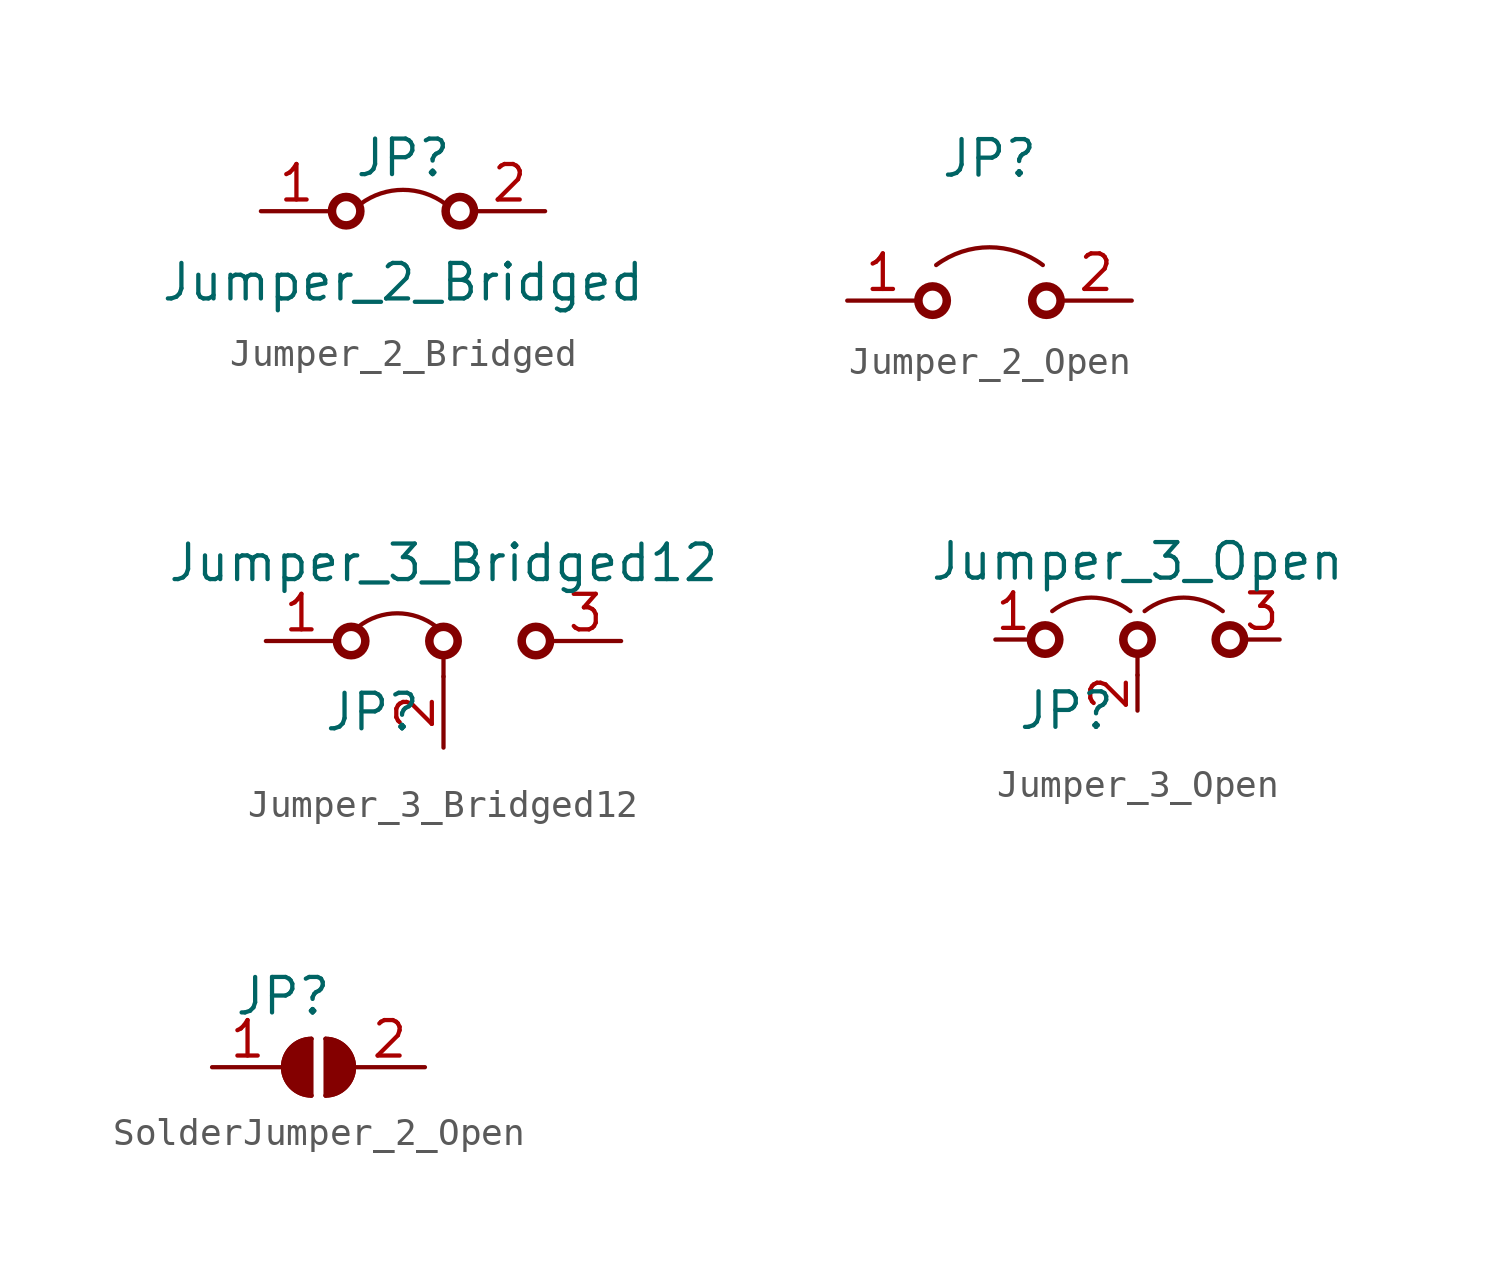
<source format=kicad_sym>
(kicad_symbol_lib
  (version 20211014)
  (generator kicad_symbol_editor)
  (symbol "Jumper_2_Bridged"
    (pin_names
      (offset 0) hide)
    (property "Reference" "JP"
      (at 0 1.905 0)
      (effects (font (size 1.27 1.27))))
    (property "Value" "Jumper_2_Bridged"
      (at 0 -2.54 0)
      (effects (font (size 1.27 1.27))))
    (symbol "Jumper_2_Bridged_0_0"
      (circle (center -2.032 0) (radius 0.508) (stroke (width 0.305) (type default) (color 0 0 0 0)) (fill (type none)))
      (circle (center 2.032 0) (radius 0.508) (stroke (width 0.305) (type default) (color 0 0 0 0)) (fill (type none))))
    (symbol "Jumper_2_Bridged_0_1"
      (arc (start 1.524 0.254) (mid 0 0.762) (end -1.524 0.254) (stroke (width 0) (type default) (color 0 0 0 0)) (fill (type none))))
    (symbol "Jumper_2_Bridged_1_1"
      (pin passive line (at -5.08 0 0) (length 2.54) (name "A" (effects (font (size 1.27 1.27)))) (number "1" (effects (font (size 1.27 1.27)))))
      (pin passive line (at 5.08 0 180) (length 2.54) (name "B" (effects (font (size 1.27 1.27)))) (number "2" (effects (font (size 1.27 1.27)))))))
  (symbol "Jumper_2_Open"
    (pin_names
      (offset 0) hide)
    (property "Reference" "JP"
      (at 0 5.08 0)
      (effects (font (size 1.27 1.27))))
    (symbol "Jumper_2_Open_0_0"
      (circle (center -2.032 0) (radius 0.508) (stroke (width 0.305) (type default) (color 0 0 0 0)) (fill (type none)))
      (circle (center 2.032 0) (radius 0.508) (stroke (width 0.305) (type default) (color 0 0 0 0)) (fill (type none))))
    (symbol "Jumper_2_Open_0_1"
      (arc (start 1.905 1.27) (mid 0 1.905) (end -1.905 1.27) (stroke (width 0) (type default) (color 0 0 0 0)) (fill (type none))))
    (symbol "Jumper_2_Open_1_1"
      (pin passive line (at -5.08 0 0) (length 2.54) (name "A" (effects (font (size 1.27 1.27)))) (number "1" (effects (font (size 1.27 1.27)))))
      (pin passive line (at 5.08 0 180) (length 2.54) (name "B" (effects (font (size 1.27 1.27)))) (number "2" (effects (font (size 1.27 1.27)))))))
  (symbol "Jumper_3_Bridged12"
    (pin_names
      (offset 0) hide)
    (property "Reference" "JP"
      (at -2.54 -2.54 0)
      (effects (font (size 1.27 1.27))))
    (property "Value" "Jumper_3_Bridged12"
      (at 0 2.794 0)
      (effects (font (size 1.27 1.27))))
    (symbol "Jumper_3_Bridged12_0_0"
      (circle (center -3.302 0) (radius 0.508) (stroke (width 0.305) (type default) (color 0 0 0 0)) (fill (type none)))
      (circle (center 0 0) (radius 0.508) (stroke (width 0.305) (type default) (color 0 0 0 0)) (fill (type none)))
      (circle (center 3.302 0) (radius 0.508) (stroke (width 0.305) (type default) (color 0 0 0 0)) (fill (type none))))
    (symbol "Jumper_3_Bridged12_0_1"
      (arc (start -0.254 0.508) (mid -1.651 0.9912) (end -3.048 0.508) (stroke (width 0) (type default) (color 0 0 0 0)) (fill (type none)))
      (polyline (pts (xy 0 -1.27) (xy 0 -0.508)) (stroke (width 0) (type default) (color 0 0 0 0)) (fill (type none))))
    (symbol "Jumper_3_Bridged12_1_1"
      (pin passive line (at -6.35 0 0) (length 2.54) (name "A" (effects (font (size 1.27 1.27)))) (number "1" (effects (font (size 1.27 1.27)))))
      (pin input line (at 0 -3.81 90) (length 2.54) (name "C" (effects (font (size 1.27 1.27)))) (number "2" (effects (font (size 1.27 1.27)))))
      (pin passive line (at 6.35 0 180) (length 2.54) (name "B" (effects (font (size 1.27 1.27)))) (number "3" (effects (font (size 1.27 1.27)))))))
  (symbol "Jumper_3_Open"
    (pin_names
      (offset 0) hide)
    (property "Reference" "JP"
      (at -2.54 -2.54 0)
      (effects (font (size 1.27 1.27))))
    (property "Value" "Jumper_3_Open"
      (at 0 2.794 0)
      (effects (font (size 1.27 1.27))))
    (symbol "Jumper_3_Open_0_0"
      (circle (center -3.302 0) (radius 0.508) (stroke (width 0.305) (type default) (color 0 0 0 0)) (fill (type none)))
      (circle (center 0 0) (radius 0.508) (stroke (width 0.305) (type default) (color 0 0 0 0)) (fill (type none)))
      (circle (center 3.302 0) (radius 0.508) (stroke (width 0.305) (type default) (color 0 0 0 0)) (fill (type none))))
    (symbol "Jumper_3_Open_0_1"
      (arc (start -0.254 1.016) (mid -1.651 1.4992) (end -3.048 1.016) (stroke (width 0) (type default) (color 0 0 0 0)) (fill (type none)))
      (polyline (pts (xy 0 -0.508) (xy 0 -1.27)) (stroke (width 0) (type default) (color 0 0 0 0)) (fill (type none)))
      (arc (start 3.048 1.016) (mid 1.651 1.4992) (end 0.254 1.016) (stroke (width 0) (type default) (color 0 0 0 0)) (fill (type none))))
    (symbol "Jumper_3_Open_1_1"
      (pin passive line (at -5.08 0 0) (length 1.27) (name "A" (effects (font (size 1.27 1.27)))) (number "1" (effects (font (size 1.27 1.27)))))
      (pin input line (at 0 -2.54 90) (length 1.27) (name "C" (effects (font (size 1.27 1.27)))) (number "2" (effects (font (size 1.27 1.27)))))
      (pin passive line (at 5.08 0 180) (length 1.27) (name "B" (effects (font (size 1.27 1.27)))) (number "3" (effects (font (size 1.27 1.27)))))))
  (symbol "SolderJumper_2_Open"
    (pin_names
      (offset 0) hide)
    (property "Reference" "JP"
      (at 2.54 2.54 0)
      (effects (font (size 1.27 1.27))))
    (symbol "SolderJumper_2_Open_0_1"
      (polyline (pts (xy 3.556 1.016) (xy 3.556 -1.016)) (stroke (width 0) (type default) (color 0 0 0 0)) (fill (type none)))
      (polyline (pts (xy 4.064 1.016) (xy 4.064 -1.016)) (stroke (width 0) (type default) (color 0 0 0 0)) (fill (type none)))
      (arc (start 3.556 1.016) (mid 2.54 0) (end 3.556 -1.016) (stroke (width 0) (type default) (color 0 0 0 0)) (fill (type none)))
      (arc (start 3.556 1.016) (mid 2.54 0) (end 3.556 -1.016) (stroke (width 0) (type default) (color 0 0 0 0)) (fill (type outline)))
      (arc (start 4.064 -1.016) (mid 5.08 0) (end 4.064 1.016) (stroke (width 0) (type default) (color 0 0 0 0)) (fill (type none)))
      (arc (start 4.064 -1.016) (mid 5.08 0) (end 4.064 1.016) (stroke (width 0) (type default) (color 0 0 0 0)) (fill (type outline))))
    (symbol "SolderJumper_2_Open_1_1"
      (pin passive line (at 0 0 0) (length 2.54) (name "1" (effects (font (size 1.27 1.27)))) (number "1" (effects (font (size 1.27 1.27)))))
      (pin passive line (at 7.62 0 180) (length 2.54) (name "2" (effects (font (size 1.27 1.27)))) (number "2" (effects (font (size 1.27 1.27))))))))
</source>
